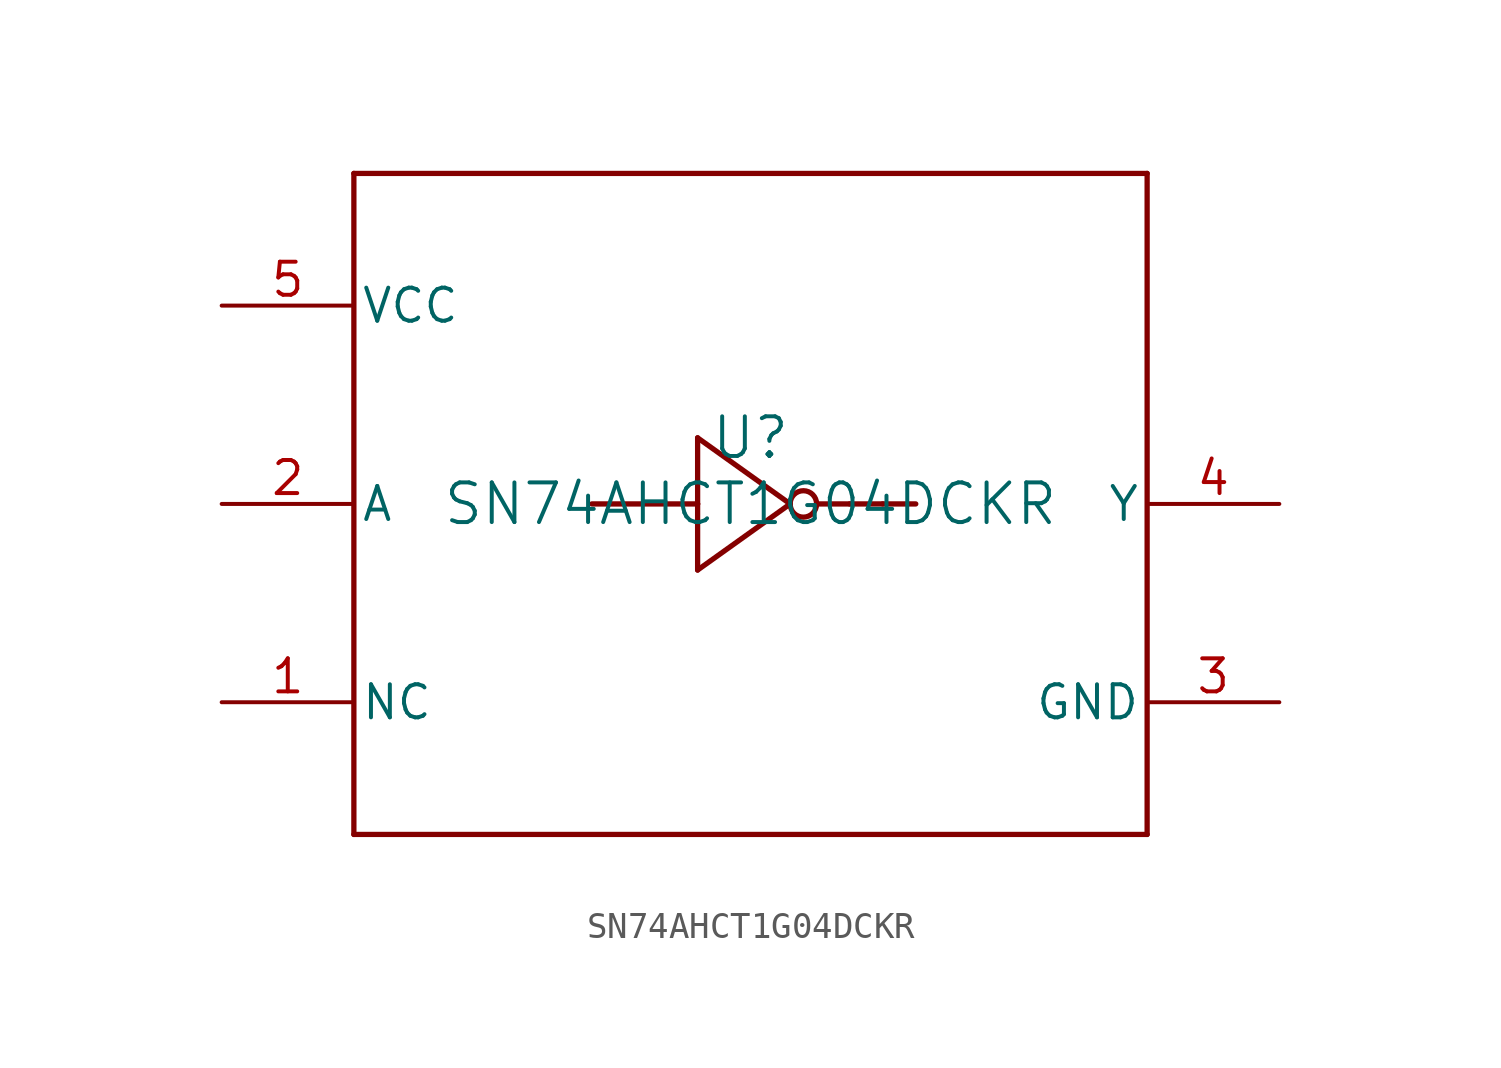
<source format=kicad_sym>
(kicad_symbol_lib
  (version 20211014)
  (generator kicad_symbol_editor)
  (symbol "SN74AHCT1G04DCKR"
    (pin_names
      (offset 0.254))
    (property "Reference" "U"
      (at 0 2.54 0)
      (effects (font (size 1.524 1.524))))
    (property "Value" "SN74AHCT1G04DCKR"
      (at 0 0 0)
      (effects (font (size 1.524 1.524))))
    (symbol "SN74AHCT1G04DCKR_0_1"
      (polyline (pts (xy -15.24 -12.7) (xy 15.24 -12.7)) (stroke (width 0.203) (type default) (color 0 0 0 0)) (fill (type none)))
      (polyline (pts (xy 15.24 -12.7) (xy 15.24 12.7)) (stroke (width 0.203) (type default) (color 0 0 0 0)) (fill (type none)))
      (polyline (pts (xy 15.24 12.7) (xy -15.24 12.7)) (stroke (width 0.203) (type default) (color 0 0 0 0)) (fill (type none)))
      (polyline (pts (xy -15.24 12.7) (xy -15.24 -12.7)) (stroke (width 0.203) (type default) (color 0 0 0 0)) (fill (type none)))
      (polyline (pts (xy -6.096 0) (xy -2.032 0)) (stroke (width 0.203) (type default) (color 0 0 0 0)) (fill (type none)))
      (polyline (pts (xy -2.032 0) (xy -2.032 2.54)) (stroke (width 0.203) (type default) (color 0 0 0 0)) (fill (type none)))
      (polyline (pts (xy -2.032 2.54) (xy 1.524 0)) (stroke (width 0.203) (type default) (color 0 0 0 0)) (fill (type none)))
      (polyline (pts (xy 1.524 0) (xy -2.032 -2.54)) (stroke (width 0.203) (type default) (color 0 0 0 0)) (fill (type none)))
      (polyline (pts (xy -2.032 -2.54) (xy -2.032 0)) (stroke (width 0.203) (type default) (color 0 0 0 0)) (fill (type none)))
      (polyline (pts (xy 3.81 0) (xy 5.08 0)) (stroke (width 0.203) (type default) (color 0 0 0 0)) (fill (type none)))
      (polyline (pts (xy 3.81 0) (xy 2.54 0)) (stroke (width 0.203) (type default) (color 0 0 0 0)) (fill (type none)))
      (polyline (pts (xy 5.08 0) (xy 6.35 0)) (stroke (width 0.203) (type default) (color 0 0 0 0)) (fill (type none)))
      (circle (center 2.032 0) (radius 0.508) (stroke (width 0.203) (type default) (color 0 0 0 0)) (fill (type none)))
      (pin unspecified line (at -20.32 -7.62 0) (length 5.08) (name "NC" (effects (font (size 1.27 1.27)))) (number "1" (effects (font (size 1.27 1.27)))))
      (pin input line (at -20.32 0 0) (length 5.08) (name "A" (effects (font (size 1.27 1.27)))) (number "2" (effects (font (size 1.27 1.27)))))
      (pin power_in line (at 20.32 -7.62 180) (length 5.08) (name "GND" (effects (font (size 1.27 1.27)))) (number "3" (effects (font (size 1.27 1.27)))))
      (pin output line (at 20.32 0 180) (length 5.08) (name "Y" (effects (font (size 1.27 1.27)))) (number "4" (effects (font (size 1.27 1.27)))))
      (pin power_in line (at -20.32 7.62 0) (length 5.08) (name "VCC" (effects (font (size 1.27 1.27)))) (number "5" (effects (font (size 1.27 1.27))))))))
</source>
